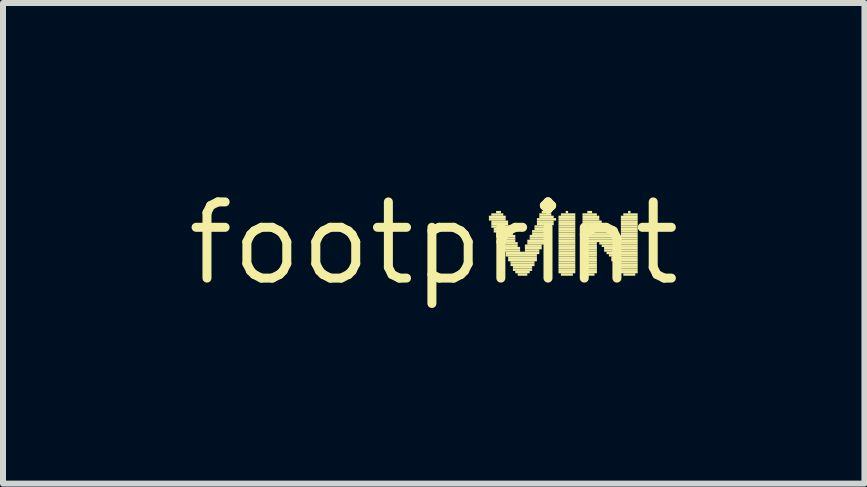
<source format=kicad_pcb>
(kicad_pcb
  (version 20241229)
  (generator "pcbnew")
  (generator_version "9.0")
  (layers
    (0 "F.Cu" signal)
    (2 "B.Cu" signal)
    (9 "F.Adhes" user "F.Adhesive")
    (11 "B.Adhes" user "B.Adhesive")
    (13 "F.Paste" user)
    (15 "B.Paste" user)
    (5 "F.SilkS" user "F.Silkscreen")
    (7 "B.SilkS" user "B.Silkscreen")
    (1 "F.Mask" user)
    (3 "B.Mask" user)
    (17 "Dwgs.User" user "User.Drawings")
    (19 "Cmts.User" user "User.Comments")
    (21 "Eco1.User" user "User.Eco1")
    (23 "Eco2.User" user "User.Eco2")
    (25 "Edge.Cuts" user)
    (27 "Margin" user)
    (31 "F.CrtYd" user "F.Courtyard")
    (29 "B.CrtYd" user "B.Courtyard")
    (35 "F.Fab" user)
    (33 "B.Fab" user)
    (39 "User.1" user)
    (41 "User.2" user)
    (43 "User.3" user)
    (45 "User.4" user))
  (footprint "footprint"
    (layer "F.Cu")
    (at 4.18 1.006)
    (property "Reference" "footprint" (at 0 0 0) (layer "F.SilkS") (effects (font (size 1.27 1.27) (thickness 0.15))))
    (fp_poly (pts (xy 0.92 -0.42) (xy 1.2 -0.42) (xy 1.2 -0.46) (xy 0.92 -0.46)) (stroke (width 0) (type solid)) (fill yes) (layer "F.SilkS"))
    (fp_poly (pts (xy 0.92 -0.38) (xy 1.2 -0.38) (xy 1.2 -0.42) (xy 0.92 -0.42)) (stroke (width 0) (type solid)) (fill yes) (layer "F.SilkS"))
    (fp_poly (pts (xy 0.96 -0.46) (xy 1.16 -0.46) (xy 1.16 -0.5) (xy 0.96 -0.5)) (stroke (width 0) (type solid)) (fill yes) (layer "F.SilkS"))
    (fp_poly (pts (xy 0.96 -0.34) (xy 1.24 -0.34) (xy 1.24 -0.38) (xy 0.96 -0.38)) (stroke (width 0) (type solid)) (fill yes) (layer "F.SilkS"))
    (fp_poly (pts (xy 0.96 -0.3) (xy 1.24 -0.3) (xy 1.24 -0.34) (xy 0.96 -0.34)) (stroke (width 0) (type solid)) (fill yes) (layer "F.SilkS"))
    (fp_poly (pts (xy 0.96 -0.26) (xy 1.28 -0.26) (xy 1.28 -0.3) (xy 0.96 -0.3)) (stroke (width 0) (type solid)) (fill yes) (layer "F.SilkS"))
    (fp_poly (pts (xy 1 -0.22) (xy 1.28 -0.22) (xy 1.28 -0.26) (xy 1 -0.26)) (stroke (width 0) (type solid)) (fill yes) (layer "F.SilkS"))
    (fp_poly (pts (xy 1 -0.18) (xy 1.32 -0.18) (xy 1.32 -0.22) (xy 1 -0.22)) (stroke (width 0) (type solid)) (fill yes) (layer "F.SilkS"))
    (fp_poly (pts (xy 1.04 -0.5) (xy 1.12 -0.5) (xy 1.12 -0.54) (xy 1.04 -0.54)) (stroke (width 0) (type solid)) (fill yes) (layer "F.SilkS"))
    (fp_poly (pts (xy 1.04 -0.14) (xy 1.32 -0.14) (xy 1.32 -0.18) (xy 1.04 -0.18)) (stroke (width 0) (type solid)) (fill yes) (layer "F.SilkS"))
    (fp_poly (pts (xy 1.04 -0.1) (xy 1.36 -0.1) (xy 1.36 -0.14) (xy 1.04 -0.14)) (stroke (width 0) (type solid)) (fill yes) (layer "F.SilkS"))
    (fp_poly (pts (xy 1.08 -0.06) (xy 1.36 -0.06) (xy 1.36 -0.1) (xy 1.08 -0.1)) (stroke (width 0) (type solid)) (fill yes) (layer "F.SilkS"))
    (fp_poly (pts (xy 1.08 -0.02) (xy 1.36 -0.02) (xy 1.36 -0.06) (xy 1.08 -0.06)) (stroke (width 0) (type solid)) (fill yes) (layer "F.SilkS"))
    (fp_poly (pts (xy 1.12 0.02) (xy 1.4 0.02) (xy 1.4 -0.02) (xy 1.12 -0.02)) (stroke (width 0) (type solid)) (fill yes) (layer "F.SilkS"))
    (fp_poly (pts (xy 1.12 0.06) (xy 1.4 0.06) (xy 1.4 0.02) (xy 1.12 0.02)) (stroke (width 0) (type solid)) (fill yes) (layer "F.SilkS"))
    (fp_poly (pts (xy 1.16 0.1) (xy 1.44 0.1) (xy 1.44 0.06) (xy 1.16 0.06)) (stroke (width 0) (type solid)) (fill yes) (layer "F.SilkS"))
    (fp_poly (pts (xy 1.16 0.14) (xy 1.44 0.14) (xy 1.44 0.1) (xy 1.16 0.1)) (stroke (width 0) (type solid)) (fill yes) (layer "F.SilkS"))
    (fp_poly (pts (xy 1.2 0.18) (xy 1.76 0.18) (xy 1.76 0.14) (xy 1.2 0.14)) (stroke (width 0) (type solid)) (fill yes) (layer "F.SilkS"))
    (fp_poly (pts (xy 1.2 0.22) (xy 1.72 0.22) (xy 1.72 0.18) (xy 1.2 0.18)) (stroke (width 0) (type solid)) (fill yes) (layer "F.SilkS"))
    (fp_poly (pts (xy 1.24 0.26) (xy 1.72 0.26) (xy 1.72 0.22) (xy 1.24 0.22)) (stroke (width 0) (type solid)) (fill yes) (layer "F.SilkS"))
    (fp_poly (pts (xy 1.24 0.3) (xy 1.72 0.3) (xy 1.72 0.26) (xy 1.24 0.26)) (stroke (width 0) (type solid)) (fill yes) (layer "F.SilkS"))
    (fp_poly (pts (xy 1.28 0.34) (xy 1.68 0.34) (xy 1.68 0.3) (xy 1.28 0.3)) (stroke (width 0) (type solid)) (fill yes) (layer "F.SilkS"))
    (fp_poly (pts (xy 1.28 0.38) (xy 1.68 0.38) (xy 1.68 0.34) (xy 1.28 0.34)) (stroke (width 0) (type solid)) (fill yes) (layer "F.SilkS"))
    (fp_poly (pts (xy 1.32 0.42) (xy 1.64 0.42) (xy 1.64 0.38) (xy 1.32 0.38)) (stroke (width 0) (type solid)) (fill yes) (layer "F.SilkS"))
    (fp_poly (pts (xy 1.32 0.46) (xy 1.64 0.46) (xy 1.64 0.42) (xy 1.32 0.42)) (stroke (width 0) (type solid)) (fill yes) (layer "F.SilkS"))
    (fp_poly (pts (xy 1.36 0.5) (xy 1.6 0.5) (xy 1.6 0.46) (xy 1.36 0.46)) (stroke (width 0) (type solid)) (fill yes) (layer "F.SilkS"))
    (fp_poly (pts (xy 1.4 0.54) (xy 1.56 0.54) (xy 1.56 0.5) (xy 1.4 0.5)) (stroke (width 0) (type solid)) (fill yes) (layer "F.SilkS"))
    (fp_poly (pts (xy 1.52 0.06) (xy 1.8 0.06) (xy 1.8 0.02) (xy 1.52 0.02)) (stroke (width 0) (type solid)) (fill yes) (layer "F.SilkS"))
    (fp_poly (pts (xy 1.52 0.1) (xy 1.8 0.1) (xy 1.8 0.06) (xy 1.52 0.06)) (stroke (width 0) (type solid)) (fill yes) (layer "F.SilkS"))
    (fp_poly (pts (xy 1.52 0.14) (xy 1.76 0.14) (xy 1.76 0.1) (xy 1.52 0.1)) (stroke (width 0) (type solid)) (fill yes) (layer "F.SilkS"))
    (fp_poly (pts (xy 1.56 -0.02) (xy 1.84 -0.02) (xy 1.84 -0.06) (xy 1.56 -0.06)) (stroke (width 0) (type solid)) (fill yes) (layer "F.SilkS"))
    (fp_poly (pts (xy 1.56 0.02) (xy 1.84 0.02) (xy 1.84 -0.02) (xy 1.56 -0.02)) (stroke (width 0) (type solid)) (fill yes) (layer "F.SilkS"))
    (fp_poly (pts (xy 1.6 -0.1) (xy 1.88 -0.1) (xy 1.88 -0.14) (xy 1.6 -0.14)) (stroke (width 0) (type solid)) (fill yes) (layer "F.SilkS"))
    (fp_poly (pts (xy 1.6 -0.06) (xy 1.88 -0.06) (xy 1.88 -0.1) (xy 1.6 -0.1)) (stroke (width 0) (type solid)) (fill yes) (layer "F.SilkS"))
    (fp_poly (pts (xy 1.64 -0.18) (xy 1.92 -0.18) (xy 1.92 -0.22) (xy 1.64 -0.22)) (stroke (width 0) (type solid)) (fill yes) (layer "F.SilkS"))
    (fp_poly (pts (xy 1.64 -0.14) (xy 1.92 -0.14) (xy 1.92 -0.18) (xy 1.64 -0.18)) (stroke (width 0) (type solid)) (fill yes) (layer "F.SilkS"))
    (fp_poly (pts (xy 1.68 -0.26) (xy 1.96 -0.26) (xy 1.96 -0.3) (xy 1.68 -0.3)) (stroke (width 0) (type solid)) (fill yes) (layer "F.SilkS"))
    (fp_poly (pts (xy 1.68 -0.22) (xy 1.96 -0.22) (xy 1.96 -0.26) (xy 1.68 -0.26)) (stroke (width 0) (type solid)) (fill yes) (layer "F.SilkS"))
    (fp_poly (pts (xy 1.72 -0.38) (xy 2.04 -0.38) (xy 2.04 -0.42) (xy 1.72 -0.42)) (stroke (width 0) (type solid)) (fill yes) (layer "F.SilkS"))
    (fp_poly (pts (xy 1.72 -0.34) (xy 2 -0.34) (xy 2 -0.38) (xy 1.72 -0.38)) (stroke (width 0) (type solid)) (fill yes) (layer "F.SilkS"))
    (fp_poly (pts (xy 1.72 -0.3) (xy 2 -0.3) (xy 2 -0.34) (xy 1.72 -0.34)) (stroke (width 0) (type solid)) (fill yes) (layer "F.SilkS"))
    (fp_poly (pts (xy 1.76 -0.46) (xy 1.96 -0.46) (xy 1.96 -0.5) (xy 1.76 -0.5)) (stroke (width 0) (type solid)) (fill yes) (layer "F.SilkS"))
    (fp_poly (pts (xy 1.76 -0.42) (xy 2 -0.42) (xy 2 -0.46) (xy 1.76 -0.46)) (stroke (width 0) (type solid)) (fill yes) (layer "F.SilkS"))
    (fp_poly (pts (xy 1.8 -0.5) (xy 1.88 -0.5) (xy 1.88 -0.54) (xy 1.8 -0.54)) (stroke (width 0) (type solid)) (fill yes) (layer "F.SilkS"))
    (fp_poly (pts (xy 2.08 -0.42) (xy 2.36 -0.42) (xy 2.36 -0.46) (xy 2.08 -0.46)) (stroke (width 0) (type solid)) (fill yes) (layer "F.SilkS"))
    (fp_poly (pts (xy 2.08 -0.38) (xy 2.36 -0.38) (xy 2.36 -0.42) (xy 2.08 -0.42)) (stroke (width 0) (type solid)) (fill yes) (layer "F.SilkS"))
    (fp_poly (pts (xy 2.08 -0.34) (xy 2.36 -0.34) (xy 2.36 -0.38) (xy 2.08 -0.38)) (stroke (width 0) (type solid)) (fill yes) (layer "F.SilkS"))
    (fp_poly (pts (xy 2.08 -0.3) (xy 2.36 -0.3) (xy 2.36 -0.34) (xy 2.08 -0.34)) (stroke (width 0) (type solid)) (fill yes) (layer "F.SilkS"))
    (fp_poly (pts (xy 2.08 -0.26) (xy 2.36 -0.26) (xy 2.36 -0.3) (xy 2.08 -0.3)) (stroke (width 0) (type solid)) (fill yes) (layer "F.SilkS"))
    (fp_poly (pts (xy 2.08 -0.22) (xy 2.36 -0.22) (xy 2.36 -0.26) (xy 2.08 -0.26)) (stroke (width 0) (type solid)) (fill yes) (layer "F.SilkS"))
    (fp_poly (pts (xy 2.08 -0.18) (xy 2.36 -0.18) (xy 2.36 -0.22) (xy 2.08 -0.22)) (stroke (width 0) (type solid)) (fill yes) (layer "F.SilkS"))
    (fp_poly (pts (xy 2.08 -0.14) (xy 2.36 -0.14) (xy 2.36 -0.18) (xy 2.08 -0.18)) (stroke (width 0) (type solid)) (fill yes) (layer "F.SilkS"))
    (fp_poly (pts (xy 2.08 -0.1) (xy 2.36 -0.1) (xy 2.36 -0.14) (xy 2.08 -0.14)) (stroke (width 0) (type solid)) (fill yes) (layer "F.SilkS"))
    (fp_poly (pts (xy 2.08 -0.06) (xy 2.36 -0.06) (xy 2.36 -0.1) (xy 2.08 -0.1)) (stroke (width 0) (type solid)) (fill yes) (layer "F.SilkS"))
    (fp_poly (pts (xy 2.08 -0.02) (xy 2.36 -0.02) (xy 2.36 -0.06) (xy 2.08 -0.06)) (stroke (width 0) (type solid)) (fill yes) (layer "F.SilkS"))
    (fp_poly (pts (xy 2.08 0.02) (xy 2.36 0.02) (xy 2.36 -0.02) (xy 2.08 -0.02)) (stroke (width 0) (type solid)) (fill yes) (layer "F.SilkS"))
    (fp_poly (pts (xy 2.08 0.06) (xy 2.36 0.06) (xy 2.36 0.02) (xy 2.08 0.02)) (stroke (width 0) (type solid)) (fill yes) (layer "F.SilkS"))
    (fp_poly (pts (xy 2.08 0.1) (xy 2.36 0.1) (xy 2.36 0.06) (xy 2.08 0.06)) (stroke (width 0) (type solid)) (fill yes) (layer "F.SilkS"))
    (fp_poly (pts (xy 2.08 0.14) (xy 2.36 0.14) (xy 2.36 0.1) (xy 2.08 0.1)) (stroke (width 0) (type solid)) (fill yes) (layer "F.SilkS"))
    (fp_poly (pts (xy 2.08 0.18) (xy 2.36 0.18) (xy 2.36 0.14) (xy 2.08 0.14)) (stroke (width 0) (type solid)) (fill yes) (layer "F.SilkS"))
    (fp_poly (pts (xy 2.08 0.22) (xy 2.36 0.22) (xy 2.36 0.18) (xy 2.08 0.18)) (stroke (width 0) (type solid)) (fill yes) (layer "F.SilkS"))
    (fp_poly (pts (xy 2.08 0.26) (xy 2.36 0.26) (xy 2.36 0.22) (xy 2.08 0.22)) (stroke (width 0) (type solid)) (fill yes) (layer "F.SilkS"))
    (fp_poly (pts (xy 2.08 0.3) (xy 2.36 0.3) (xy 2.36 0.26) (xy 2.08 0.26)) (stroke (width 0) (type solid)) (fill yes) (layer "F.SilkS"))
    (fp_poly (pts (xy 2.08 0.34) (xy 2.36 0.34) (xy 2.36 0.3) (xy 2.08 0.3)) (stroke (width 0) (type solid)) (fill yes) (layer "F.SilkS"))
    (fp_poly (pts (xy 2.08 0.38) (xy 2.36 0.38) (xy 2.36 0.34) (xy 2.08 0.34)) (stroke (width 0) (type solid)) (fill yes) (layer "F.SilkS"))
    (fp_poly (pts (xy 2.08 0.42) (xy 2.36 0.42) (xy 2.36 0.38) (xy 2.08 0.38)) (stroke (width 0) (type solid)) (fill yes) (layer "F.SilkS"))
    (fp_poly (pts (xy 2.08 0.46) (xy 2.36 0.46) (xy 2.36 0.42) (xy 2.08 0.42)) (stroke (width 0) (type solid)) (fill yes) (layer "F.SilkS"))
    (fp_poly (pts (xy 2.08 0.5) (xy 2.36 0.5) (xy 2.36 0.46) (xy 2.08 0.46)) (stroke (width 0) (type solid)) (fill yes) (layer "F.SilkS"))
    (fp_poly (pts (xy 2.12 -0.46) (xy 2.36 -0.46) (xy 2.36 -0.5) (xy 2.12 -0.5)) (stroke (width 0) (type solid)) (fill yes) (layer "F.SilkS"))
    (fp_poly (pts (xy 2.12 0.54) (xy 2.32 0.54) (xy 2.32 0.5) (xy 2.12 0.5)) (stroke (width 0) (type solid)) (fill yes) (layer "F.SilkS"))
    (fp_poly (pts (xy 2.2 -0.5) (xy 2.24 -0.5) (xy 2.24 -0.54) (xy 2.2 -0.54)) (stroke (width 0) (type solid)) (fill yes) (layer "F.SilkS"))
    (fp_poly (pts (xy 2.48 -0.46) (xy 2.72 -0.46) (xy 2.72 -0.5) (xy 2.48 -0.5)) (stroke (width 0) (type solid)) (fill yes) (layer "F.SilkS"))
    (fp_poly (pts (xy 2.48 -0.42) (xy 2.76 -0.42) (xy 2.76 -0.46) (xy 2.48 -0.46)) (stroke (width 0) (type solid)) (fill yes) (layer "F.SilkS"))
    (fp_poly (pts (xy 2.48 -0.38) (xy 2.76 -0.38) (xy 2.76 -0.42) (xy 2.48 -0.42)) (stroke (width 0) (type solid)) (fill yes) (layer "F.SilkS"))
    (fp_poly (pts (xy 2.48 -0.34) (xy 2.8 -0.34) (xy 2.8 -0.38) (xy 2.48 -0.38)) (stroke (width 0) (type solid)) (fill yes) (layer "F.SilkS"))
    (fp_poly (pts (xy 2.48 -0.3) (xy 2.84 -0.3) (xy 2.84 -0.34) (xy 2.48 -0.34)) (stroke (width 0) (type solid)) (fill yes) (layer "F.SilkS"))
    (fp_poly (pts (xy 2.48 -0.26) (xy 2.88 -0.26) (xy 2.88 -0.3) (xy 2.48 -0.3)) (stroke (width 0) (type solid)) (fill yes) (layer "F.SilkS"))
    (fp_poly (pts (xy 2.48 -0.22) (xy 2.88 -0.22) (xy 2.88 -0.26) (xy 2.48 -0.26)) (stroke (width 0) (type solid)) (fill yes) (layer "F.SilkS"))
    (fp_poly (pts (xy 2.48 -0.18) (xy 2.92 -0.18) (xy 2.92 -0.22) (xy 2.48 -0.22)) (stroke (width 0) (type solid)) (fill yes) (layer "F.SilkS"))
    (fp_poly (pts (xy 2.48 -0.14) (xy 2.96 -0.14) (xy 2.96 -0.18) (xy 2.48 -0.18)) (stroke (width 0) (type solid)) (fill yes) (layer "F.SilkS"))
    (fp_poly (pts (xy 2.48 -0.1) (xy 3 -0.1) (xy 3 -0.14) (xy 2.48 -0.14)) (stroke (width 0) (type solid)) (fill yes) (layer "F.SilkS"))
    (fp_poly (pts (xy 2.48 -0.06) (xy 3 -0.06) (xy 3 -0.1) (xy 2.48 -0.1)) (stroke (width 0) (type solid)) (fill yes) (layer "F.SilkS"))
    (fp_poly (pts (xy 2.48 -0.02) (xy 3.04 -0.02) (xy 3.04 -0.06) (xy 2.48 -0.06)) (stroke (width 0) (type solid)) (fill yes) (layer "F.SilkS"))
    (fp_poly (pts (xy 2.48 0.02) (xy 2.72 0.02) (xy 2.72 -0.02) (xy 2.48 -0.02)) (stroke (width 0) (type solid)) (fill yes) (layer "F.SilkS"))
    (fp_poly (pts (xy 2.48 0.06) (xy 2.72 0.06) (xy 2.72 0.02) (xy 2.48 0.02)) (stroke (width 0) (type solid)) (fill yes) (layer "F.SilkS"))
    (fp_poly (pts (xy 2.48 0.1) (xy 2.72 0.1) (xy 2.72 0.06) (xy 2.48 0.06)) (stroke (width 0) (type solid)) (fill yes) (layer "F.SilkS"))
    (fp_poly (pts (xy 2.48 0.14) (xy 2.72 0.14) (xy 2.72 0.1) (xy 2.48 0.1)) (stroke (width 0) (type solid)) (fill yes) (layer "F.SilkS"))
    (fp_poly (pts (xy 2.48 0.18) (xy 2.72 0.18) (xy 2.72 0.14) (xy 2.48 0.14)) (stroke (width 0) (type solid)) (fill yes) (layer "F.SilkS"))
    (fp_poly (pts (xy 2.48 0.22) (xy 2.72 0.22) (xy 2.72 0.18) (xy 2.48 0.18)) (stroke (width 0) (type solid)) (fill yes) (layer "F.SilkS"))
    (fp_poly (pts (xy 2.48 0.26) (xy 2.72 0.26) (xy 2.72 0.22) (xy 2.48 0.22)) (stroke (width 0) (type solid)) (fill yes) (layer "F.SilkS"))
    (fp_poly (pts (xy 2.48 0.3) (xy 2.72 0.3) (xy 2.72 0.26) (xy 2.48 0.26)) (stroke (width 0) (type solid)) (fill yes) (layer "F.SilkS"))
    (fp_poly (pts (xy 2.48 0.34) (xy 2.72 0.34) (xy 2.72 0.3) (xy 2.48 0.3)) (stroke (width 0) (type solid)) (fill yes) (layer "F.SilkS"))
    (fp_poly (pts (xy 2.48 0.38) (xy 2.72 0.38) (xy 2.72 0.34) (xy 2.48 0.34)) (stroke (width 0) (type solid)) (fill yes) (layer "F.SilkS"))
    (fp_poly (pts (xy 2.48 0.42) (xy 2.72 0.42) (xy 2.72 0.38) (xy 2.48 0.38)) (stroke (width 0) (type solid)) (fill yes) (layer "F.SilkS"))
    (fp_poly (pts (xy 2.48 0.46) (xy 2.72 0.46) (xy 2.72 0.42) (xy 2.48 0.42)) (stroke (width 0) (type solid)) (fill yes) (layer "F.SilkS"))
    (fp_poly (pts (xy 2.48 0.5) (xy 2.72 0.5) (xy 2.72 0.46) (xy 2.48 0.46)) (stroke (width 0) (type solid)) (fill yes) (layer "F.SilkS"))
    (fp_poly (pts (xy 2.48 0.54) (xy 2.68 0.54) (xy 2.68 0.5) (xy 2.48 0.5)) (stroke (width 0) (type solid)) (fill yes) (layer "F.SilkS"))
    (fp_poly (pts (xy 2.56 -0.5) (xy 2.64 -0.5) (xy 2.64 -0.54) (xy 2.56 -0.54)) (stroke (width 0) (type solid)) (fill yes) (layer "F.SilkS"))
    (fp_poly (pts (xy 2.76 0.02) (xy 3.08 0.02) (xy 3.08 -0.02) (xy 2.76 -0.02)) (stroke (width 0) (type solid)) (fill yes) (layer "F.SilkS"))
    (fp_poly (pts (xy 2.8 0.06) (xy 3.4 0.06) (xy 3.4 0.02) (xy 2.8 0.02)) (stroke (width 0) (type solid)) (fill yes) (layer "F.SilkS"))
    (fp_poly (pts (xy 2.84 0.1) (xy 3.4 0.1) (xy 3.4 0.06) (xy 2.84 0.06)) (stroke (width 0) (type solid)) (fill yes) (layer "F.SilkS"))
    (fp_poly (pts (xy 2.84 0.14) (xy 3.4 0.14) (xy 3.4 0.1) (xy 2.84 0.1)) (stroke (width 0) (type solid)) (fill yes) (layer "F.SilkS"))
    (fp_poly (pts (xy 2.88 0.18) (xy 3.4 0.18) (xy 3.4 0.14) (xy 2.88 0.14)) (stroke (width 0) (type solid)) (fill yes) (layer "F.SilkS"))
    (fp_poly (pts (xy 2.92 0.22) (xy 3.4 0.22) (xy 3.4 0.18) (xy 2.92 0.18)) (stroke (width 0) (type solid)) (fill yes) (layer "F.SilkS"))
    (fp_poly (pts (xy 2.96 0.26) (xy 3.4 0.26) (xy 3.4 0.22) (xy 2.96 0.22)) (stroke (width 0) (type solid)) (fill yes) (layer "F.SilkS"))
    (fp_poly (pts (xy 2.96 0.3) (xy 3.4 0.3) (xy 3.4 0.26) (xy 2.96 0.26)) (stroke (width 0) (type solid)) (fill yes) (layer "F.SilkS"))
    (fp_poly (pts (xy 3 0.34) (xy 3.4 0.34) (xy 3.4 0.3) (xy 3 0.3)) (stroke (width 0) (type solid)) (fill yes) (layer "F.SilkS"))
    (fp_poly (pts (xy 3.04 0.38) (xy 3.4 0.38) (xy 3.4 0.34) (xy 3.04 0.34)) (stroke (width 0) (type solid)) (fill yes) (layer "F.SilkS"))
    (fp_poly (pts (xy 3.08 0.42) (xy 3.4 0.42) (xy 3.4 0.38) (xy 3.08 0.38)) (stroke (width 0) (type solid)) (fill yes) (layer "F.SilkS"))
    (fp_poly (pts (xy 3.08 0.46) (xy 3.4 0.46) (xy 3.4 0.42) (xy 3.08 0.42)) (stroke (width 0) (type solid)) (fill yes) (layer "F.SilkS"))
    (fp_poly (pts (xy 3.12 -0.42) (xy 3.4 -0.42) (xy 3.4 -0.46) (xy 3.12 -0.46)) (stroke (width 0) (type solid)) (fill yes) (layer "F.SilkS"))
    (fp_poly (pts (xy 3.12 -0.38) (xy 3.4 -0.38) (xy 3.4 -0.42) (xy 3.12 -0.42)) (stroke (width 0) (type solid)) (fill yes) (layer "F.SilkS"))
    (fp_poly (pts (xy 3.12 -0.34) (xy 3.4 -0.34) (xy 3.4 -0.38) (xy 3.12 -0.38)) (stroke (width 0) (type solid)) (fill yes) (layer "F.SilkS"))
    (fp_poly (pts (xy 3.12 -0.3) (xy 3.4 -0.3) (xy 3.4 -0.34) (xy 3.12 -0.34)) (stroke (width 0) (type solid)) (fill yes) (layer "F.SilkS"))
    (fp_poly (pts (xy 3.12 -0.26) (xy 3.4 -0.26) (xy 3.4 -0.3) (xy 3.12 -0.3)) (stroke (width 0) (type solid)) (fill yes) (layer "F.SilkS"))
    (fp_poly (pts (xy 3.12 -0.22) (xy 3.4 -0.22) (xy 3.4 -0.26) (xy 3.12 -0.26)) (stroke (width 0) (type solid)) (fill yes) (layer "F.SilkS"))
    (fp_poly (pts (xy 3.12 -0.18) (xy 3.4 -0.18) (xy 3.4 -0.22) (xy 3.12 -0.22)) (stroke (width 0) (type solid)) (fill yes) (layer "F.SilkS"))
    (fp_poly (pts (xy 3.12 -0.14) (xy 3.4 -0.14) (xy 3.4 -0.18) (xy 3.12 -0.18)) (stroke (width 0) (type solid)) (fill yes) (layer "F.SilkS"))
    (fp_poly (pts (xy 3.12 -0.1) (xy 3.4 -0.1) (xy 3.4 -0.14) (xy 3.12 -0.14)) (stroke (width 0) (type solid)) (fill yes) (layer "F.SilkS"))
    (fp_poly (pts (xy 3.12 -0.06) (xy 3.4 -0.06) (xy 3.4 -0.1) (xy 3.12 -0.1)) (stroke (width 0) (type solid)) (fill yes) (layer "F.SilkS"))
    (fp_poly (pts (xy 3.12 -0.02) (xy 3.4 -0.02) (xy 3.4 -0.06) (xy 3.12 -0.06)) (stroke (width 0) (type solid)) (fill yes) (layer "F.SilkS"))
    (fp_poly (pts (xy 3.12 0.02) (xy 3.4 0.02) (xy 3.4 -0.02) (xy 3.12 -0.02)) (stroke (width 0) (type solid)) (fill yes) (layer "F.SilkS"))
    (fp_poly (pts (xy 3.12 0.5) (xy 3.4 0.5) (xy 3.4 0.46) (xy 3.12 0.46)) (stroke (width 0) (type solid)) (fill yes) (layer "F.SilkS"))
    (fp_poly (pts (xy 3.16 -0.46) (xy 3.4 -0.46) (xy 3.4 -0.5) (xy 3.16 -0.5)) (stroke (width 0) (type solid)) (fill yes) (layer "F.SilkS"))
    (fp_poly (pts (xy 3.16 0.54) (xy 3.36 0.54) (xy 3.36 0.5) (xy 3.16 0.5)) (stroke (width 0) (type solid)) (fill yes) (layer "F.SilkS"))
    (fp_poly (pts (xy 3.24 -0.5) (xy 3.28 -0.5) (xy 3.28 -0.54) (xy 3.24 -0.54)) (stroke (width 0) (type solid)) (fill yes) (layer "F.SilkS")))
  (gr_rect
    (start -3 -3)
    (end 11.36 5.012)
    (stroke (width 0.1) (type default))
    (fill no)
    (layer "Edge.Cuts")))
</source>
